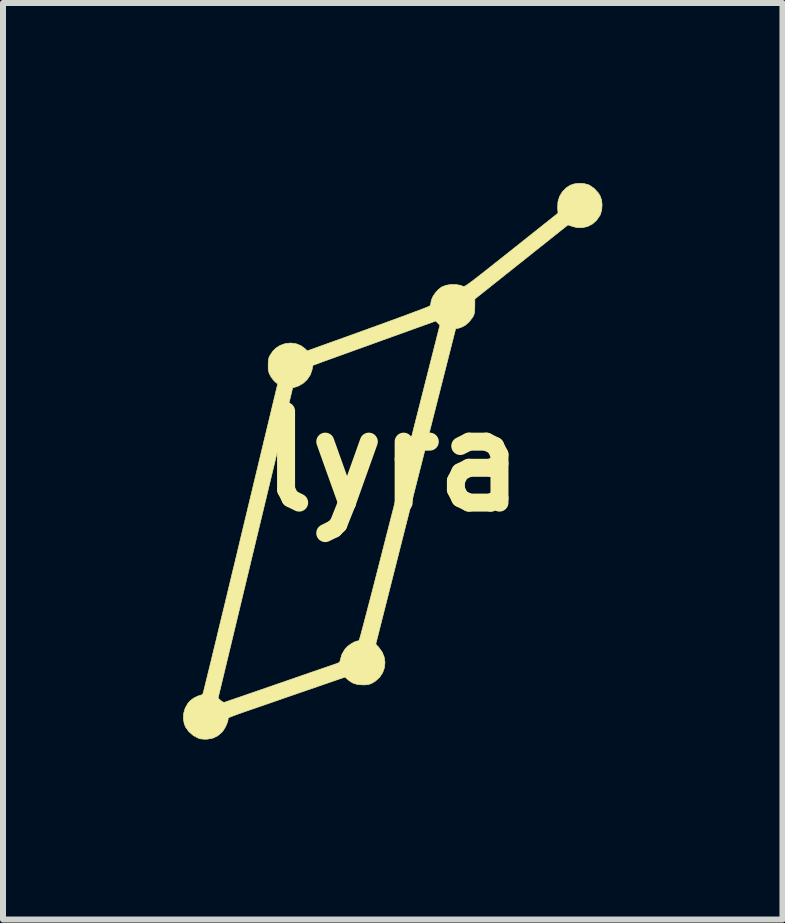
<source format=kicad_pcb>
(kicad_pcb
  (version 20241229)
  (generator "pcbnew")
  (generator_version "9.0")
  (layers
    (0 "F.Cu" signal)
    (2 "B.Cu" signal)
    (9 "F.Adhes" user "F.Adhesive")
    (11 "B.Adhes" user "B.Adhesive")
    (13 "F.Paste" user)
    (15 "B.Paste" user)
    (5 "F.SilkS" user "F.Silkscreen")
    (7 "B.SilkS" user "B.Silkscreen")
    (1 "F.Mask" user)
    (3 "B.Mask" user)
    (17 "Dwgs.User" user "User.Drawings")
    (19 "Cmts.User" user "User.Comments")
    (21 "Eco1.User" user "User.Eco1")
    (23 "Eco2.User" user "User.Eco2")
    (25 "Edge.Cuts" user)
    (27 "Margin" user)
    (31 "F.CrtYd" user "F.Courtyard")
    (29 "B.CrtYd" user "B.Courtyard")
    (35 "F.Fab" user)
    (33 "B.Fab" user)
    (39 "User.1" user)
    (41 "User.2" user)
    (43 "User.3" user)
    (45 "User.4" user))
  (footprint "lyra"
    (layer "F.Cu")
    (at 3.495 4.636)
    (property "Reference" "lyra" (at 0 0 0) (layer "F.SilkS") (effects (font (size 1.524 1.524) (thickness 0.3))))
    (attr through_hole)
    (fp_poly (pts (xy 3.186 -4.627) (xy 3.259 -4.608) (xy 3.279 -4.599) (xy 3.357 -4.545) (xy 3.423 -4.473) (xy 3.456 -4.42) (xy 3.48 -4.352) (xy 3.488 -4.274) (xy 3.482 -4.193) (xy 3.463 -4.119) (xy 3.452 -4.096) (xy 3.396 -4.015) (xy 3.326 -3.953) (xy 3.245 -3.911) (xy 3.156 -3.892) (xy 3.063 -3.895) (xy 3 -3.911) (xy 2.919 -3.938) (xy 2.835 -3.871) (xy 2.81 -3.852) (xy 2.768 -3.818) (xy 2.71 -3.772) (xy 2.637 -3.714) (xy 2.552 -3.646) (xy 2.456 -3.57) (xy 2.352 -3.487) (xy 2.241 -3.399) (xy 2.125 -3.306) (xy 2.059 -3.254) (xy 1.368 -2.704) (xy 1.367 -2.581) (xy 1.365 -2.521) (xy 1.362 -2.479) (xy 1.354 -2.447) (xy 1.342 -2.418) (xy 1.331 -2.399) (xy 1.275 -2.325) (xy 1.208 -2.266) (xy 1.133 -2.228) (xy 1.092 -2.216) (xy 1.048 -2.208) (xy 0.382 0.42) (xy -0.283 3.047) (xy -0.232 3.103) (xy -0.176 3.181) (xy -0.142 3.266) (xy -0.13 3.354) (xy -0.139 3.441) (xy -0.169 3.525) (xy -0.219 3.6) (xy -0.288 3.663) (xy -0.337 3.693) (xy -0.375 3.711) (xy -0.412 3.722) (xy -0.457 3.726) (xy -0.502 3.727) (xy -0.589 3.72) (xy -0.662 3.698) (xy -0.727 3.657) (xy -0.756 3.632) (xy -0.794 3.596) (xy -1.6 3.874) (xy -1.792 3.94) (xy -1.961 3.999) (xy -2.108 4.05) (xy -2.236 4.094) (xy -2.346 4.132) (xy -2.439 4.164) (xy -2.516 4.191) (xy -2.579 4.213) (xy -2.629 4.232) (xy -2.668 4.246) (xy -2.697 4.258) (xy -2.718 4.266) (xy -2.732 4.273) (xy -2.74 4.278) (xy -2.743 4.282) (xy -2.744 4.286) (xy -2.744 4.289) (xy -2.743 4.293) (xy -2.743 4.294) (xy -2.75 4.334) (xy -2.769 4.386) (xy -2.796 4.441) (xy -2.826 4.49) (xy -2.846 4.514) (xy -2.917 4.575) (xy -2.997 4.614) (xy -3.09 4.631) (xy -3.105 4.632) (xy -3.156 4.631) (xy -3.203 4.626) (xy -3.232 4.619) (xy -3.323 4.571) (xy -3.397 4.507) (xy -3.451 4.432) (xy -3.474 4.379) (xy -3.49 4.292) (xy -3.485 4.202) (xy -3.459 4.114) (xy -3.414 4.035) (xy -3.376 3.992) (xy -3.337 3.961) (xy -3.316 3.948) (xy -2.911 3.948) (xy -2.868 3.987) (xy -2.837 4.009) (xy -2.813 4.019) (xy -2.807 4.018) (xy -2.792 4.013) (xy -2.755 4) (xy -2.698 3.98) (xy -2.622 3.954) (xy -2.53 3.923) (xy -2.424 3.886) (xy -2.305 3.845) (xy -2.175 3.8) (xy -2.036 3.752) (xy -1.891 3.702) (xy -1.873 3.696) (xy -1.726 3.645) (xy -1.585 3.596) (xy -1.453 3.55) (xy -1.331 3.508) (xy -1.22 3.47) (xy -1.124 3.437) (xy -1.044 3.409) (xy -0.982 3.388) (xy -0.94 3.373) (xy -0.92 3.366) (xy -0.919 3.366) (xy -0.892 3.352) (xy -0.878 3.331) (xy -0.871 3.297) (xy -0.848 3.218) (xy -0.804 3.142) (xy -0.77 3.101) (xy -0.738 3.073) (xy -0.696 3.044) (xy -0.652 3.018) (xy -0.614 3.001) (xy -0.594 2.997) (xy -0.569 2.99) (xy -0.561 2.986) (xy -0.557 2.973) (xy -0.546 2.936) (xy -0.529 2.877) (xy -0.508 2.796) (xy -0.481 2.695) (xy -0.449 2.574) (xy -0.413 2.435) (xy -0.372 2.279) (xy -0.327 2.106) (xy -0.279 1.918) (xy -0.227 1.716) (xy -0.172 1.5) (xy -0.114 1.273) (xy -0.053 1.034) (xy 0.011 0.786) (xy 0.076 0.528) (xy 0.12 0.354) (xy 0.785 -2.267) (xy 0.716 -2.337) (xy -0.185 -2.013) (xy -0.333 -1.959) (xy -0.477 -1.907) (xy -0.614 -1.858) (xy -0.743 -1.811) (xy -0.861 -1.769) (xy -0.965 -1.731) (xy -1.055 -1.699) (xy -1.127 -1.673) (xy -1.179 -1.654) (xy -1.208 -1.643) (xy -1.331 -1.598) (xy -1.345 -1.525) (xy -1.374 -1.44) (xy -1.425 -1.363) (xy -1.492 -1.3) (xy -1.572 -1.254) (xy -1.611 -1.24) (xy -1.668 -1.224) (xy -2.911 3.948) (xy -3.316 3.948) (xy -3.29 3.933) (xy -3.243 3.911) (xy -3.204 3.9) (xy -3.197 3.899) (xy -3.175 3.888) (xy -3.162 3.87) (xy -3.158 3.855) (xy -3.148 3.817) (xy -3.133 3.756) (xy -3.113 3.674) (xy -3.088 3.572) (xy -3.058 3.451) (xy -3.024 3.312) (xy -2.987 3.157) (xy -2.945 2.986) (xy -2.901 2.801) (xy -2.853 2.603) (xy -2.802 2.393) (xy -2.749 2.173) (xy -2.694 1.943) (xy -2.636 1.704) (xy -2.577 1.459) (xy -2.534 1.277) (xy -1.918 -1.288) (xy -1.959 -1.322) (xy -1.989 -1.353) (xy -2.021 -1.395) (xy -2.039 -1.424) (xy -2.058 -1.462) (xy -2.069 -1.495) (xy -2.075 -1.532) (xy -2.076 -1.584) (xy -2.076 -1.6) (xy -2.074 -1.664) (xy -2.068 -1.711) (xy -2.056 -1.746) (xy -2.052 -1.753) (xy -2.001 -1.831) (xy -1.941 -1.89) (xy -1.877 -1.93) (xy -1.79 -1.961) (xy -1.699 -1.97) (xy -1.611 -1.958) (xy -1.53 -1.926) (xy -1.465 -1.878) (xy -1.425 -1.839) (xy -0.411 -2.204) (xy -0.257 -2.26) (xy -0.11 -2.313) (xy 0.029 -2.364) (xy 0.157 -2.411) (xy 0.273 -2.454) (xy 0.376 -2.493) (xy 0.463 -2.525) (xy 0.532 -2.552) (xy 0.583 -2.572) (xy 0.612 -2.585) (xy 0.619 -2.589) (xy 0.632 -2.617) (xy 0.635 -2.641) (xy 0.646 -2.693) (xy 0.673 -2.752) (xy 0.714 -2.811) (xy 0.762 -2.863) (xy 0.813 -2.902) (xy 0.819 -2.905) (xy 0.888 -2.932) (xy 0.968 -2.945) (xy 1.049 -2.945) (xy 1.125 -2.932) (xy 1.167 -2.916) (xy 1.173 -2.913) (xy 1.181 -2.912) (xy 1.19 -2.914) (xy 1.204 -2.919) (xy 1.222 -2.929) (xy 1.246 -2.945) (xy 1.278 -2.968) (xy 1.32 -2.999) (xy 1.371 -3.038) (xy 1.434 -3.087) (xy 1.511 -3.147) (xy 1.601 -3.218) (xy 1.708 -3.303) (xy 1.832 -3.401) (xy 1.974 -3.514) (xy 1.977 -3.516) (xy 2.754 -4.134) (xy 2.747 -4.223) (xy 2.752 -4.321) (xy 2.779 -4.412) (xy 2.828 -4.493) (xy 2.895 -4.56) (xy 2.955 -4.598) (xy 3.024 -4.622) (xy 3.104 -4.631) (xy 3.186 -4.627)) (stroke (width 0.01) (type solid)) (fill yes) (layer "F.SilkS")))
  (gr_rect
    (start -3 -3)
    (end 9.989 12.273)
    (stroke (width 0.1) (type default))
    (fill no)
    (layer "Edge.Cuts")))
</source>
